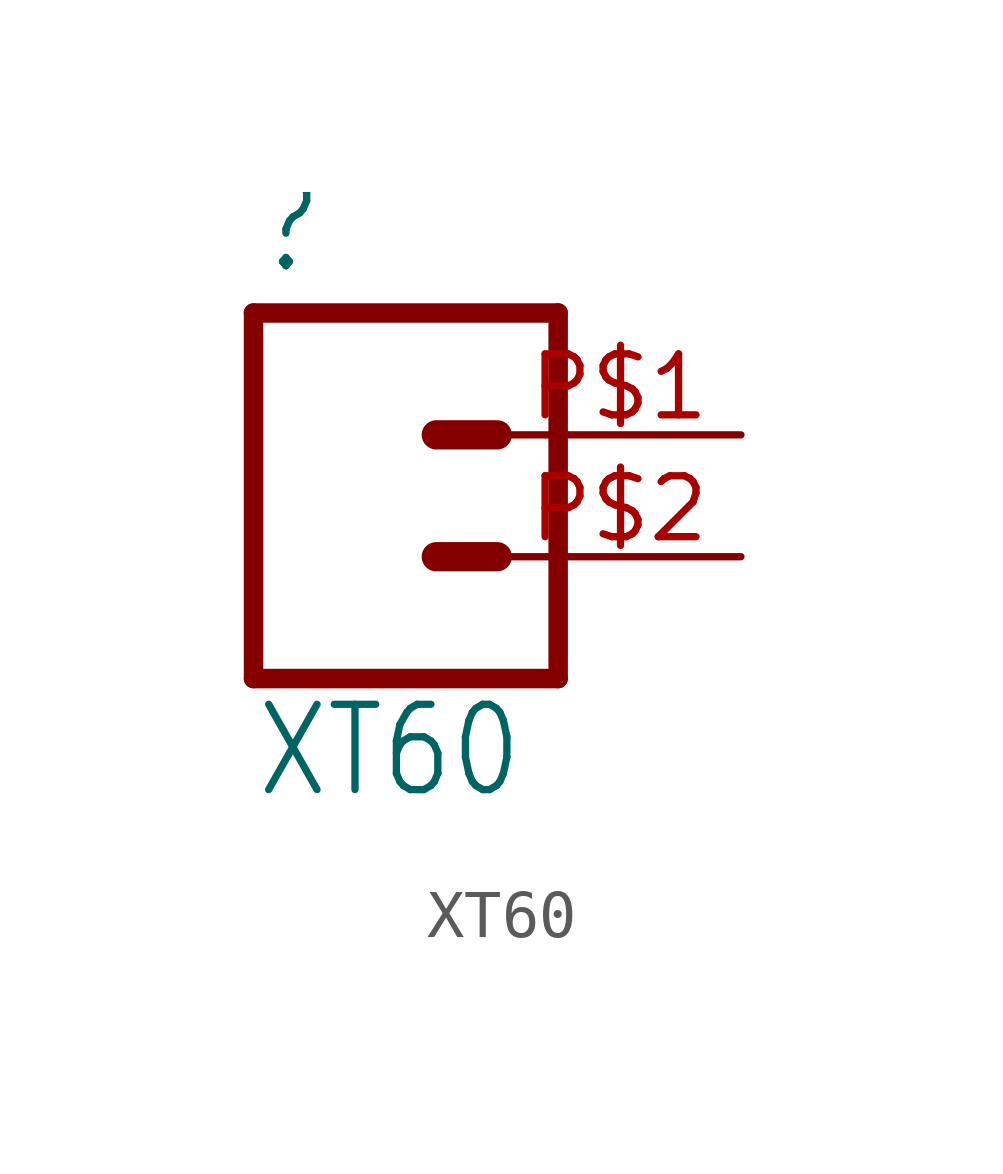
<source format=kicad_sym>
(kicad_symbol_lib
  (version 20220914)
  (generator kicad_symbol_editor)
  (symbol "XT60"
    (property "Reference" ""
      (at -2.54 5.842 0)
      (effects (font (size 1.778 1.511)) (justify left bottom)))
    (property "Value" "XT60"
      (at -2.54 -5.08 0)
      (effects (font (size 1.778 1.511)) (justify left bottom)))
    (property "ki_locked" ""
      (at 0 0 0)
      (effects (font (size 1.27 1.27))))
    (symbol "XT60_1_0"
      (polyline (pts (xy -2.54 5.08) (xy -2.54 -2.54)) (stroke (width 0.406) (type default)) (fill (type none)))
      (polyline (pts (xy -2.54 5.08) (xy 3.81 5.08)) (stroke (width 0.406) (type default)) (fill (type none)))
      (polyline (pts (xy 1.27 0) (xy 2.54 0)) (stroke (width 0.61) (type default)) (fill (type none)))
      (polyline (pts (xy 1.27 2.54) (xy 2.54 2.54)) (stroke (width 0.61) (type default)) (fill (type none)))
      (polyline (pts (xy 3.81 -2.54) (xy -2.54 -2.54)) (stroke (width 0.406) (type default)) (fill (type none)))
      (polyline (pts (xy 3.81 -2.54) (xy 3.81 5.08)) (stroke (width 0.406) (type default)) (fill (type none)))
      (pin passive line (at 7.62 2.54 180) (length 5.08) (name "1" (effects (font (size 0 0)))) (number "P$1" (effects (font (size 1.27 1.27)))))
      (pin passive line (at 7.62 0 180) (length 5.08) (name "2" (effects (font (size 0 0)))) (number "P$2" (effects (font (size 1.27 1.27))))))))
</source>
